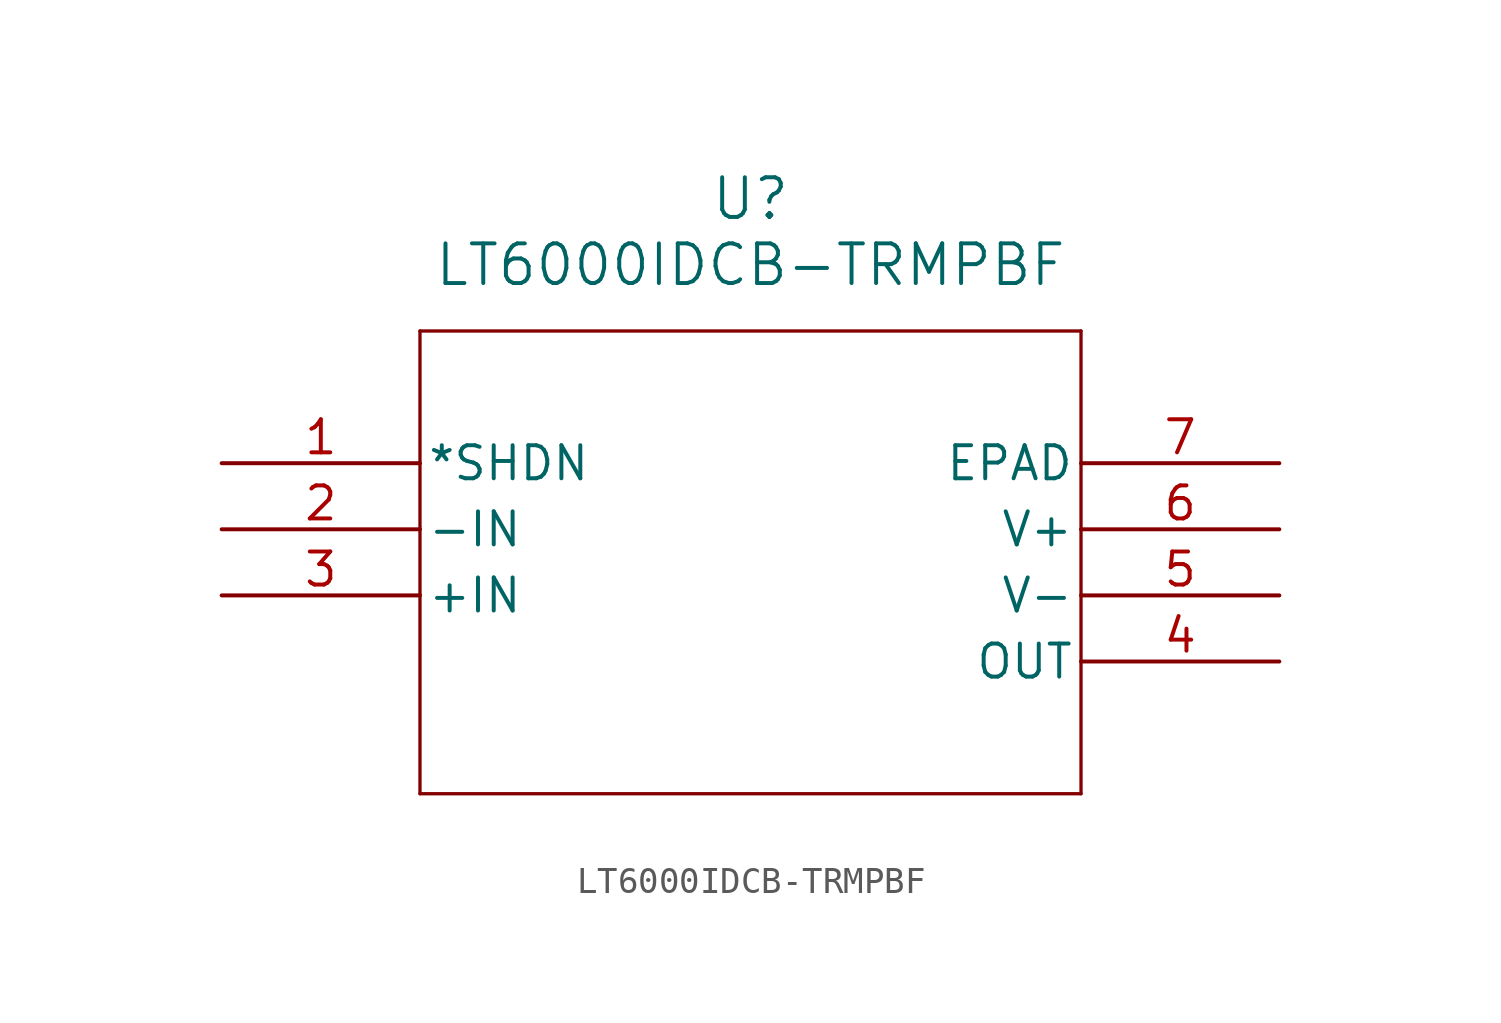
<source format=kicad_sym>
(kicad_symbol_lib
  (version 20211014)
  (generator kicad_symbol_editor)
  (symbol "LT6000IDCB-TRMPBF"
    (pin_names
      (offset 0.254))
    (property "Reference" "U"
      (at 20.32 10.16 0)
      (effects (font (size 1.524 1.524))))
    (property "Value" "LT6000IDCB-TRMPBF"
      (at 20.32 7.62 0)
      (effects (font (size 1.524 1.524))))
    (symbol "LT6000IDCB-TRMPBF_0_1"
      (polyline (pts (xy 7.62 5.08) (xy 7.62 -12.7)) (stroke (width 0.127) (type default) (color 0 0 0 0)) (fill (type none)))
      (polyline (pts (xy 7.62 -12.7) (xy 33.02 -12.7)) (stroke (width 0.127) (type default) (color 0 0 0 0)) (fill (type none)))
      (polyline (pts (xy 33.02 -12.7) (xy 33.02 5.08)) (stroke (width 0.127) (type default) (color 0 0 0 0)) (fill (type none)))
      (polyline (pts (xy 33.02 5.08) (xy 7.62 5.08)) (stroke (width 0.127) (type default) (color 0 0 0 0)) (fill (type none)))
      (pin unspecified line (at 0 0 0) (length 7.62) (name "*SHDN" (effects (font (size 1.27 1.27)))) (number "1" (effects (font (size 1.27 1.27)))))
      (pin input line (at 0 -2.54 0) (length 7.62) (name "-IN" (effects (font (size 1.27 1.27)))) (number "2" (effects (font (size 1.27 1.27)))))
      (pin input line (at 0 -5.08 0) (length 7.62) (name "+IN" (effects (font (size 1.27 1.27)))) (number "3" (effects (font (size 1.27 1.27)))))
      (pin output line (at 40.64 -7.62 180) (length 7.62) (name "OUT" (effects (font (size 1.27 1.27)))) (number "4" (effects (font (size 1.27 1.27)))))
      (pin power_in line (at 40.64 -5.08 180) (length 7.62) (name "V-" (effects (font (size 1.27 1.27)))) (number "5" (effects (font (size 1.27 1.27)))))
      (pin power_in line (at 40.64 -2.54 180) (length 7.62) (name "V+" (effects (font (size 1.27 1.27)))) (number "6" (effects (font (size 1.27 1.27)))))
      (pin unspecified line (at 40.64 0 180) (length 7.62) (name "EPAD" (effects (font (size 1.27 1.27)))) (number "7" (effects (font (size 1.27 1.27))))))))
</source>
